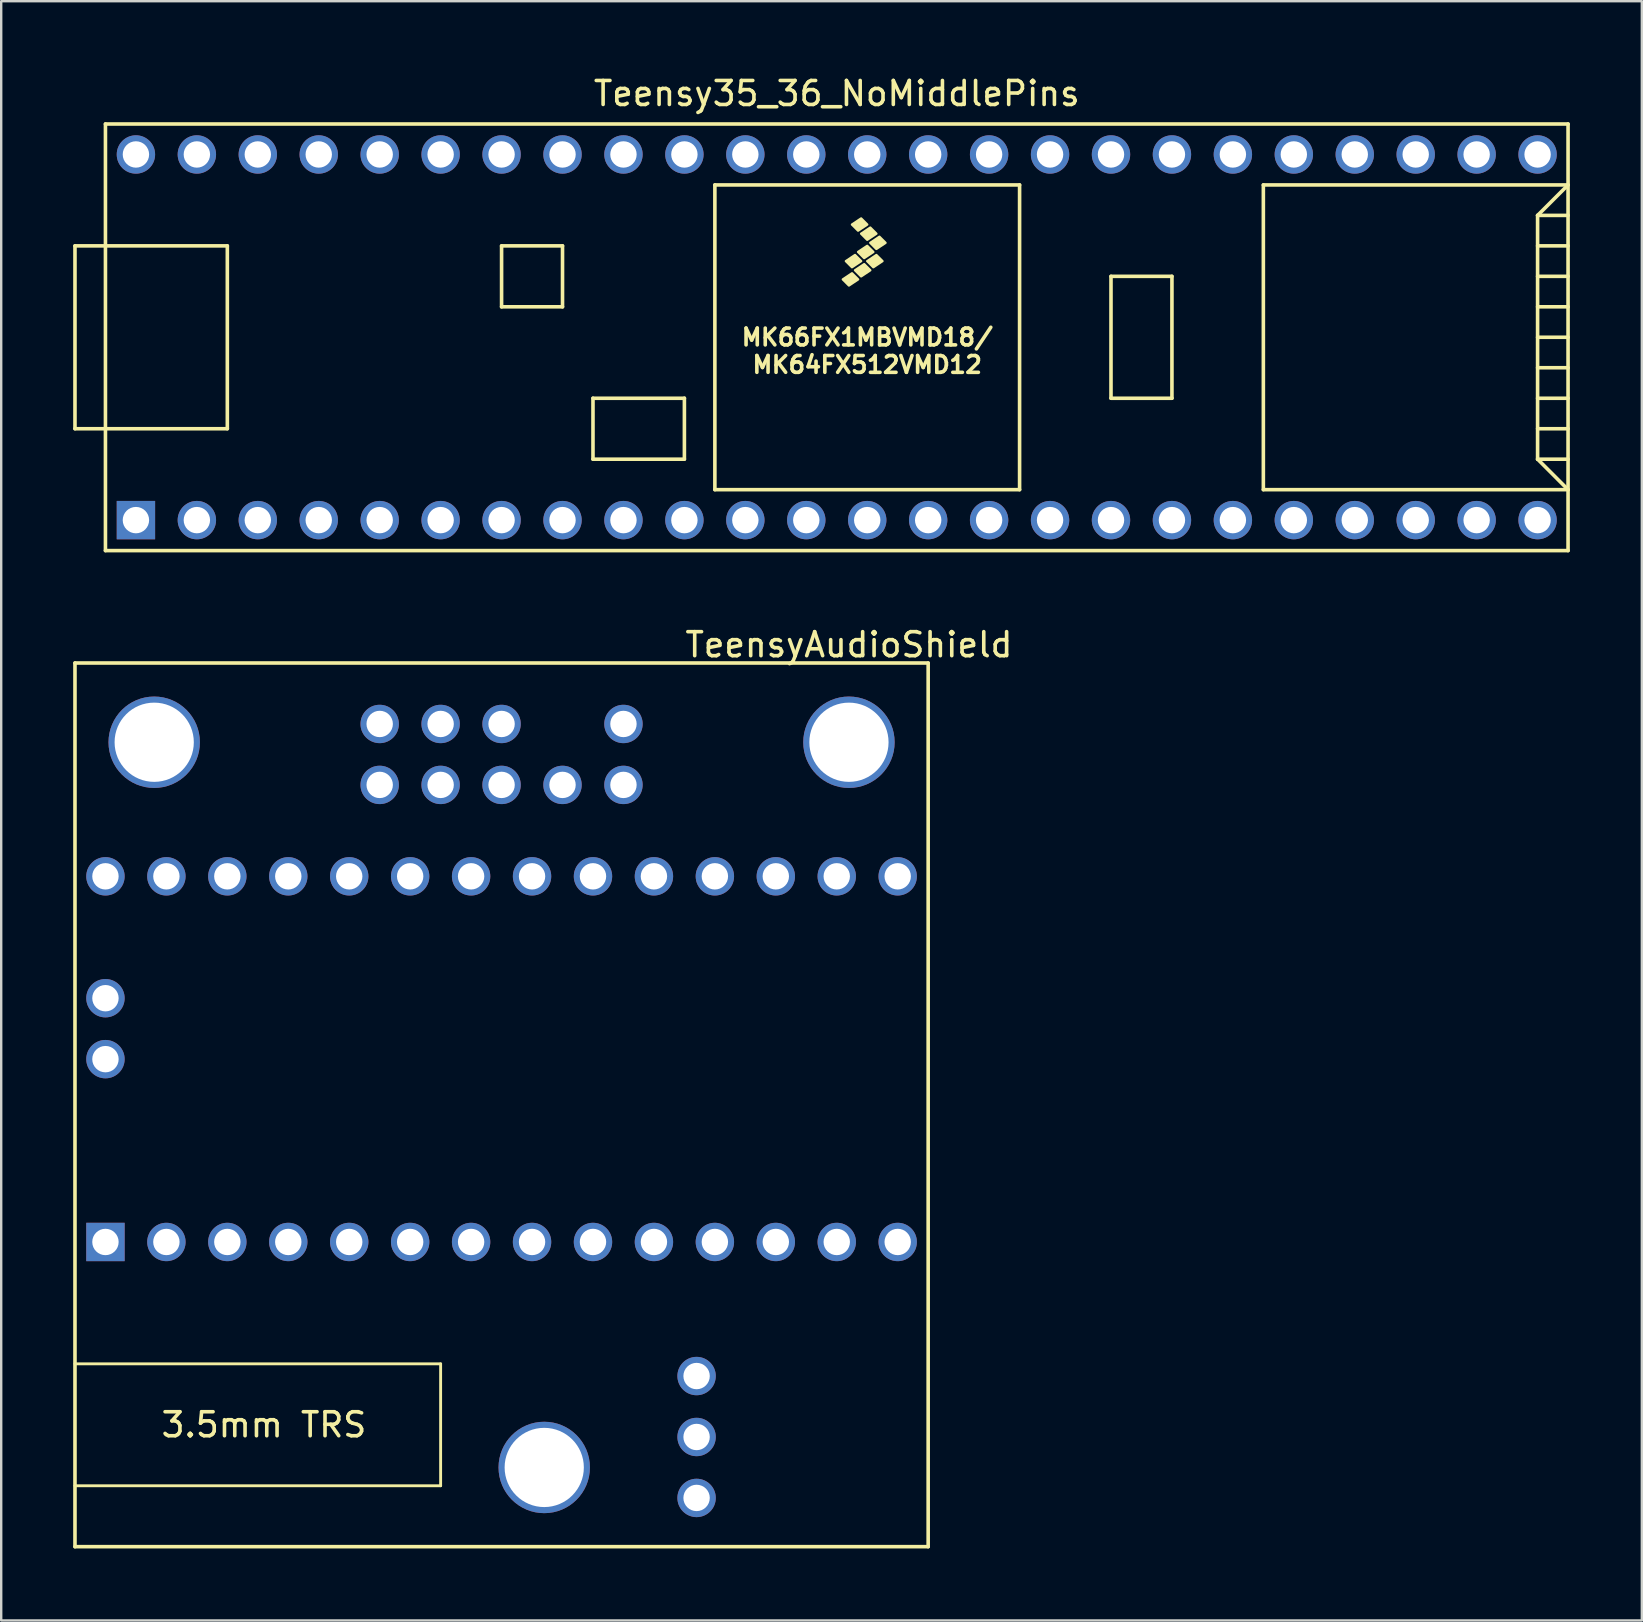
<source format=kicad_pcb>
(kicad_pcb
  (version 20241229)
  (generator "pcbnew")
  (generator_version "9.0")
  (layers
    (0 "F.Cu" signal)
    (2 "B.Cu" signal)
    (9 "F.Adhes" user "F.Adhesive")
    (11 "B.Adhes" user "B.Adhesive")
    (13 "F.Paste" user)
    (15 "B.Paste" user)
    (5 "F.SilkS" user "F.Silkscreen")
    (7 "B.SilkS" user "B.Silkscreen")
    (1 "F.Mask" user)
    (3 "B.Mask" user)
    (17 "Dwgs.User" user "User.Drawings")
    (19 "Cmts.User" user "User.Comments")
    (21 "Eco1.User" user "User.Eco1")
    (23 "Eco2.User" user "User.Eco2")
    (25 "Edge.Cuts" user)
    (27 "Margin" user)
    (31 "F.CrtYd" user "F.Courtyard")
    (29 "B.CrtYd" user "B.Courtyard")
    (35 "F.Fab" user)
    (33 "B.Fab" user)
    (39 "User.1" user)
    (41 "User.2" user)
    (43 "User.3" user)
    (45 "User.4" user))
  (footprint "Teensy35_36_NoMiddlePins"
    (layer "F.Cu")
    (at 31.825 11.008)
    (property "Reference" "Teensy35_36_NoMiddlePins" (at 0 -10.16 0) (layer "F.SilkS") (effects (font (size 1 1) (thickness 0.15))))
    (attr through_hole)
    (fp_line (start -31.75 -3.81) (end -30.48 -3.81) (stroke (width 0.15) (type solid)) (layer "F.SilkS"))
    (fp_line (start -31.75 3.81) (end -31.75 -3.81) (stroke (width 0.15) (type solid)) (layer "F.SilkS"))
    (fp_line (start -30.48 3.81) (end -31.75 3.81) (stroke (width 0.15) (type solid)) (layer "F.SilkS"))
    (fp_line (start -30.48 8.89) (end -30.48 -8.89) (stroke (width 0.15) (type solid)) (layer "F.SilkS"))
    (fp_line (start -30.48 8.89) (end 30.48 8.89) (stroke (width 0.15) (type solid)) (layer "F.SilkS"))
    (fp_line (start -25.4 -3.81) (end -30.48 -3.81) (stroke (width 0.15) (type solid)) (layer "F.SilkS"))
    (fp_line (start -25.4 3.81) (end -30.48 3.81) (stroke (width 0.15) (type solid)) (layer "F.SilkS"))
    (fp_line (start -25.4 3.81) (end -25.4 -3.81) (stroke (width 0.15) (type solid)) (layer "F.SilkS"))
    (fp_line (start -13.97 -3.81) (end -13.97 -1.27) (stroke (width 0.15) (type solid)) (layer "F.SilkS"))
    (fp_line (start -13.97 -1.27) (end -11.43 -1.27) (stroke (width 0.15) (type solid)) (layer "F.SilkS"))
    (fp_line (start -11.43 -3.81) (end -13.97 -3.81) (stroke (width 0.15) (type solid)) (layer "F.SilkS"))
    (fp_line (start -11.43 -1.27) (end -11.43 -3.81) (stroke (width 0.15) (type solid)) (layer "F.SilkS"))
    (fp_line (start -10.16 2.54) (end -6.35 2.54) (stroke (width 0.15) (type solid)) (layer "F.SilkS"))
    (fp_line (start -10.16 5.08) (end -10.16 2.54) (stroke (width 0.15) (type solid)) (layer "F.SilkS"))
    (fp_line (start -6.35 2.54) (end -6.35 5.08) (stroke (width 0.15) (type solid)) (layer "F.SilkS"))
    (fp_line (start -6.35 5.08) (end -10.16 5.08) (stroke (width 0.15) (type solid)) (layer "F.SilkS"))
    (fp_line (start -5.08 -6.35) (end -5.08 6.35) (stroke (width 0.15) (type solid)) (layer "F.SilkS"))
    (fp_line (start -5.08 -6.35) (end 7.62 -6.35) (stroke (width 0.15) (type solid)) (layer "F.SilkS"))
    (fp_line (start -5.08 6.35) (end 7.62 6.35) (stroke (width 0.15) (type solid)) (layer "F.SilkS"))
    (fp_line (start 7.62 6.35) (end 7.62 -6.35) (stroke (width 0.15) (type solid)) (layer "F.SilkS"))
    (fp_line (start 11.43 -2.54) (end 13.97 -2.54) (stroke (width 0.15) (type solid)) (layer "F.SilkS"))
    (fp_line (start 11.43 2.54) (end 11.43 -2.54) (stroke (width 0.15) (type solid)) (layer "F.SilkS"))
    (fp_line (start 13.97 -2.54) (end 13.97 2.54) (stroke (width 0.15) (type solid)) (layer "F.SilkS"))
    (fp_line (start 13.97 2.54) (end 11.43 2.54) (stroke (width 0.15) (type solid)) (layer "F.SilkS"))
    (fp_line (start 17.78 -6.35) (end 17.78 6.35) (stroke (width 0.15) (type solid)) (layer "F.SilkS"))
    (fp_line (start 17.78 6.35) (end 30.48 6.35) (stroke (width 0.15) (type solid)) (layer "F.SilkS"))
    (fp_line (start 29.21 -5.08) (end 30.48 -6.35) (stroke (width 0.15) (type solid)) (layer "F.SilkS"))
    (fp_line (start 29.21 -5.08) (end 30.48 -5.08) (stroke (width 0.15) (type solid)) (layer "F.SilkS"))
    (fp_line (start 29.21 -3.81) (end 30.48 -3.81) (stroke (width 0.15) (type solid)) (layer "F.SilkS"))
    (fp_line (start 29.21 -2.54) (end 30.48 -2.54) (stroke (width 0.15) (type solid)) (layer "F.SilkS"))
    (fp_line (start 29.21 -1.27) (end 30.48 -1.27) (stroke (width 0.15) (type solid)) (layer "F.SilkS"))
    (fp_line (start 29.21 0) (end 30.48 0) (stroke (width 0.15) (type solid)) (layer "F.SilkS"))
    (fp_line (start 29.21 1.27) (end 30.48 1.27) (stroke (width 0.15) (type solid)) (layer "F.SilkS"))
    (fp_line (start 29.21 2.54) (end 30.48 2.54) (stroke (width 0.15) (type solid)) (layer "F.SilkS"))
    (fp_line (start 29.21 3.81) (end 30.48 3.81) (stroke (width 0.15) (type solid)) (layer "F.SilkS"))
    (fp_line (start 29.21 5.08) (end 29.21 -5.08) (stroke (width 0.15) (type solid)) (layer "F.SilkS"))
    (fp_line (start 29.21 5.08) (end 30.48 5.08) (stroke (width 0.15) (type solid)) (layer "F.SilkS"))
    (fp_line (start 30.48 -8.89) (end -30.48 -8.89) (stroke (width 0.15) (type solid)) (layer "F.SilkS"))
    (fp_line (start 30.48 -8.89) (end 30.48 8.89) (stroke (width 0.15) (type solid)) (layer "F.SilkS"))
    (fp_line (start 30.48 -6.35) (end 17.78 -6.35) (stroke (width 0.15) (type solid)) (layer "F.SilkS"))
    (fp_line (start 30.48 6.35) (end 29.21 5.08) (stroke (width 0.15) (type solid)) (layer "F.SilkS"))
    (fp_poly (pts (xy 0.635 -2.667) (xy 0.889 -2.413) (xy 0.508 -2.159) (xy 0.254 -2.413)) (stroke (width 0.1) (type solid)) (fill yes) (layer "F.SilkS"))
    (fp_poly (pts (xy 0.762 -3.429) (xy 1.016 -3.175) (xy 0.635 -2.921) (xy 0.381 -3.175)) (stroke (width 0.1) (type solid)) (fill yes) (layer "F.SilkS"))
    (fp_poly (pts (xy 1.016 -4.953) (xy 1.27 -4.699) (xy 0.889 -4.445) (xy 0.635 -4.699)) (stroke (width 0.1) (type solid)) (fill yes) (layer "F.SilkS"))
    (fp_poly (pts (xy 1.143 -3.048) (xy 1.397 -2.794) (xy 1.016 -2.54) (xy 0.762 -2.794)) (stroke (width 0.1) (type solid)) (fill yes) (layer "F.SilkS"))
    (fp_poly (pts (xy 1.27 -3.81) (xy 1.524 -3.556) (xy 1.143 -3.302) (xy 0.889 -3.556)) (stroke (width 0.1) (type solid)) (fill yes) (layer "F.SilkS"))
    (fp_poly (pts (xy 1.397 -4.572) (xy 1.651 -4.318) (xy 1.27 -4.064) (xy 1.016 -4.318)) (stroke (width 0.1) (type solid)) (fill yes) (layer "F.SilkS"))
    (fp_poly (pts (xy 1.651 -3.429) (xy 1.905 -3.175) (xy 1.524 -2.921) (xy 1.27 -3.175)) (stroke (width 0.1) (type solid)) (fill yes) (layer "F.SilkS"))
    (fp_poly (pts (xy 1.778 -4.191) (xy 2.032 -3.937) (xy 1.651 -3.683) (xy 1.397 -3.937)) (stroke (width 0.1) (type solid)) (fill yes) (layer "F.SilkS"))
    (fp_text user "MK66FX1MBVMD18/" (at 1.27 0 0) (layer "F.SilkS") (effects (font (size 0.7 0.7) (thickness 0.15))))
    (fp_text user "MK64FX512VMD12" (at 1.27 1.143 0) (layer "F.SilkS") (effects (font (size 0.7 0.7) (thickness 0.15))))
    (pad "1" thru_hole rect (at -29.21 7.62) (size 1.6 1.6) (drill 1.1) (layers "*.Cu" "*.Mask"))
    (pad "2" thru_hole circle (at -26.67 7.62) (size 1.6 1.6) (drill 1.1) (layers "*.Cu" "*.Mask"))
    (pad "3" thru_hole circle (at -24.13 7.62) (size 1.6 1.6) (drill 1.1) (layers "*.Cu" "*.Mask"))
    (pad "4" thru_hole circle (at -21.59 7.62) (size 1.6 1.6) (drill 1.1) (layers "*.Cu" "*.Mask"))
    (pad "5" thru_hole circle (at -19.05 7.62) (size 1.6 1.6) (drill 1.1) (layers "*.Cu" "*.Mask"))
    (pad "6" thru_hole circle (at -16.51 7.62) (size 1.6 1.6) (drill 1.1) (layers "*.Cu" "*.Mask"))
    (pad "7" thru_hole circle (at -13.97 7.62) (size 1.6 1.6) (drill 1.1) (layers "*.Cu" "*.Mask"))
    (pad "8" thru_hole circle (at -11.43 7.62) (size 1.6 1.6) (drill 1.1) (layers "*.Cu" "*.Mask"))
    (pad "9" thru_hole circle (at -8.89 7.62) (size 1.6 1.6) (drill 1.1) (layers "*.Cu" "*.Mask"))
    (pad "10" thru_hole circle (at -6.35 7.62) (size 1.6 1.6) (drill 1.1) (layers "*.Cu" "*.Mask"))
    (pad "11" thru_hole circle (at -3.81 7.62) (size 1.6 1.6) (drill 1.1) (layers "*.Cu" "*.Mask"))
    (pad "12" thru_hole circle (at -1.27 7.62) (size 1.6 1.6) (drill 1.1) (layers "*.Cu" "*.Mask"))
    (pad "13" thru_hole circle (at 1.27 7.62) (size 1.6 1.6) (drill 1.1) (layers "*.Cu" "*.Mask"))
    (pad "14" thru_hole circle (at 3.81 7.62) (size 1.6 1.6) (drill 1.1) (layers "*.Cu" "*.Mask"))
    (pad "15" thru_hole circle (at 6.35 7.62) (size 1.6 1.6) (drill 1.1) (layers "*.Cu" "*.Mask"))
    (pad "16" thru_hole circle (at 8.89 7.62) (size 1.6 1.6) (drill 1.1) (layers "*.Cu" "*.Mask"))
    (pad "17" thru_hole circle (at 11.43 7.62) (size 1.6 1.6) (drill 1.1) (layers "*.Cu" "*.Mask"))
    (pad "18" thru_hole circle (at 13.97 7.62) (size 1.6 1.6) (drill 1.1) (layers "*.Cu" "*.Mask"))
    (pad "19" thru_hole circle (at 16.51 7.62) (size 1.6 1.6) (drill 1.1) (layers "*.Cu" "*.Mask"))
    (pad "20" thru_hole circle (at 19.05 7.62) (size 1.6 1.6) (drill 1.1) (layers "*.Cu" "*.Mask"))
    (pad "21" thru_hole circle (at 21.59 7.62) (size 1.6 1.6) (drill 1.1) (layers "*.Cu" "*.Mask"))
    (pad "22" thru_hole circle (at 24.13 7.62) (size 1.6 1.6) (drill 1.1) (layers "*.Cu" "*.Mask"))
    (pad "23" thru_hole circle (at 26.67 7.62) (size 1.6 1.6) (drill 1.1) (layers "*.Cu" "*.Mask"))
    (pad "24" thru_hole circle (at 29.21 7.62) (size 1.6 1.6) (drill 1.1) (layers "*.Cu" "*.Mask"))
    (pad "30" thru_hole circle (at 29.21 -7.62) (size 1.6 1.6) (drill 1.1) (layers "*.Cu" "*.Mask"))
    (pad "31" thru_hole circle (at 26.67 -7.62) (size 1.6 1.6) (drill 1.1) (layers "*.Cu" "*.Mask"))
    (pad "32" thru_hole circle (at 24.13 -7.62) (size 1.6 1.6) (drill 1.1) (layers "*.Cu" "*.Mask"))
    (pad "33" thru_hole circle (at 21.59 -7.62) (size 1.6 1.6) (drill 1.1) (layers "*.Cu" "*.Mask"))
    (pad "34" thru_hole circle (at 19.05 -7.62) (size 1.6 1.6) (drill 1.1) (layers "*.Cu" "*.Mask"))
    (pad "35" thru_hole circle (at 16.51 -7.62) (size 1.6 1.6) (drill 1.1) (layers "*.Cu" "*.Mask"))
    (pad "36" thru_hole circle (at 13.97 -7.62) (size 1.6 1.6) (drill 1.1) (layers "*.Cu" "*.Mask"))
    (pad "37" thru_hole circle (at 11.43 -7.62) (size 1.6 1.6) (drill 1.1) (layers "*.Cu" "*.Mask"))
    (pad "38" thru_hole circle (at 8.89 -7.62) (size 1.6 1.6) (drill 1.1) (layers "*.Cu" "*.Mask"))
    (pad "39" thru_hole circle (at 6.35 -7.62) (size 1.6 1.6) (drill 1.1) (layers "*.Cu" "*.Mask"))
    (pad "40" thru_hole circle (at 3.81 -7.62) (size 1.6 1.6) (drill 1.1) (layers "*.Cu" "*.Mask"))
    (pad "41" thru_hole circle (at 1.27 -7.62) (size 1.6 1.6) (drill 1.1) (layers "*.Cu" "*.Mask"))
    (pad "42" thru_hole circle (at -1.27 -7.62) (size 1.6 1.6) (drill 1.1) (layers "*.Cu" "*.Mask"))
    (pad "43" thru_hole circle (at -3.81 -7.62) (size 1.6 1.6) (drill 1.1) (layers "*.Cu" "*.Mask"))
    (pad "44" thru_hole circle (at -6.35 -7.62) (size 1.6 1.6) (drill 1.1) (layers "*.Cu" "*.Mask"))
    (pad "45" thru_hole circle (at -8.89 -7.62) (size 1.6 1.6) (drill 1.1) (layers "*.Cu" "*.Mask"))
    (pad "46" thru_hole circle (at -11.43 -7.62) (size 1.6 1.6) (drill 1.1) (layers "*.Cu" "*.Mask"))
    (pad "47" thru_hole circle (at -13.97 -7.62) (size 1.6 1.6) (drill 1.1) (layers "*.Cu" "*.Mask"))
    (pad "48" thru_hole circle (at -16.51 -7.62) (size 1.6 1.6) (drill 1.1) (layers "*.Cu" "*.Mask"))
    (pad "49" thru_hole circle (at -19.05 -7.62) (size 1.6 1.6) (drill 1.1) (layers "*.Cu" "*.Mask"))
    (pad "50" thru_hole circle (at -21.59 -7.62) (size 1.6 1.6) (drill 1.1) (layers "*.Cu" "*.Mask"))
    (pad "51" thru_hole circle (at -24.13 -7.62) (size 1.6 1.6) (drill 1.1) (layers "*.Cu" "*.Mask"))
    (pad "52" thru_hole circle (at -26.67 -7.62) (size 1.6 1.6) (drill 1.1) (layers "*.Cu" "*.Mask"))
    (pad "53" thru_hole circle (at -29.21 -7.62) (size 1.6 1.6) (drill 1.1) (layers "*.Cu" "*.Mask")))
  (footprint "TeensyAudioShield"
    (layer "F.Cu")
    (at 1.345 48.714)
    (property "Reference" "TeensyAudioShield" (at 30.988 -24.892 0) (layer "F.SilkS") (effects (font (size 1 1) (thickness 0.15))))
    (attr through_hole)
    (fp_line (start -1.27 -24.13) (end -1.27 12.7) (stroke (width 0.15) (type solid)) (layer "F.SilkS"))
    (fp_line (start -1.27 -24.13) (end 34.29 -24.13) (stroke (width 0.15) (type solid)) (layer "F.SilkS"))
    (fp_line (start 13.97 5.08) (end -1.27 5.08) (stroke (width 0.12) (type solid)) (layer "F.SilkS"))
    (fp_line (start 13.97 10.16) (end -1.27 10.16) (stroke (width 0.12) (type solid)) (layer "F.SilkS"))
    (fp_line (start 13.97 10.16) (end 13.97 5.08) (stroke (width 0.12) (type solid)) (layer "F.SilkS"))
    (fp_line (start 34.29 -24.13) (end 34.29 12.7) (stroke (width 0.15) (type solid)) (layer "F.SilkS"))
    (fp_line (start 34.29 12.7) (end -1.27 12.7) (stroke (width 0.15) (type solid)) (layer "F.SilkS"))
    (fp_circle (center 2.032 -20.828) (end 3.556 -20.828) (stroke (width 0.12) (type solid)) (fill no) (layer "F.SilkS"))
    (fp_text user "3.5mm TRS" (at 6.604 7.62 0) (layer "F.SilkS") (effects (font (size 1 1) (thickness 0.15))))
    (pad "" np_thru_hole circle (at 2.032 -20.828 180) (size 3.81 3.81) (drill 3.302) (layers "*.Cu" "*.Mask"))
    (pad "" np_thru_hole circle (at 18.288 9.398 180) (size 3.81 3.81) (drill 3.302) (layers "*.Cu" "*.Mask"))
    (pad "" np_thru_hole circle (at 30.988 -20.828 180) (size 3.81 3.81) (drill 3.302) (layers "*.Cu" "*.Mask"))
    (pad "1" thru_hole rect (at 0 0) (size 1.6 1.6) (drill 1.1) (layers "*.Cu" "*.Mask"))
    (pad "2" thru_hole circle (at 2.54 0) (size 1.6 1.6) (drill 1.1) (layers "*.Cu" "*.Mask"))
    (pad "3" thru_hole circle (at 5.08 0) (size 1.6 1.6) (drill 1.1) (layers "*.Cu" "*.Mask"))
    (pad "4" thru_hole circle (at 7.62 0) (size 1.6 1.6) (drill 1.1) (layers "*.Cu" "*.Mask"))
    (pad "5" thru_hole circle (at 10.16 0) (size 1.6 1.6) (drill 1.1) (layers "*.Cu" "*.Mask"))
    (pad "6" thru_hole circle (at 12.7 0) (size 1.6 1.6) (drill 1.1) (layers "*.Cu" "*.Mask"))
    (pad "7" thru_hole circle (at 15.24 0) (size 1.6 1.6) (drill 1.1) (layers "*.Cu" "*.Mask"))
    (pad "8" thru_hole circle (at 17.78 0) (size 1.6 1.6) (drill 1.1) (layers "*.Cu" "*.Mask"))
    (pad "9" thru_hole circle (at 20.32 0) (size 1.6 1.6) (drill 1.1) (layers "*.Cu" "*.Mask"))
    (pad "10" thru_hole circle (at 22.86 0) (size 1.6 1.6) (drill 1.1) (layers "*.Cu" "*.Mask"))
    (pad "11" thru_hole circle (at 25.4 0) (size 1.6 1.6) (drill 1.1) (layers "*.Cu" "*.Mask"))
    (pad "12" thru_hole circle (at 27.94 0) (size 1.6 1.6) (drill 1.1) (layers "*.Cu" "*.Mask"))
    (pad "13" thru_hole circle (at 30.48 0) (size 1.6 1.6) (drill 1.1) (layers "*.Cu" "*.Mask"))
    (pad "14" thru_hole circle (at 33.02 0) (size 1.6 1.6) (drill 1.1) (layers "*.Cu" "*.Mask"))
    (pad "15" thru_hole circle (at 0 -15.24) (size 1.6 1.6) (drill 1.1) (layers "*.Cu" "*.Mask"))
    (pad "16" thru_hole circle (at 2.54 -15.24) (size 1.6 1.6) (drill 1.1) (layers "*.Cu" "*.Mask"))
    (pad "17" thru_hole circle (at 5.08 -15.24) (size 1.6 1.6) (drill 1.1) (layers "*.Cu" "*.Mask"))
    (pad "18" thru_hole circle (at 7.62 -15.24) (size 1.6 1.6) (drill 1.1) (layers "*.Cu" "*.Mask"))
    (pad "19" thru_hole circle (at 10.16 -15.24) (size 1.6 1.6) (drill 1.1) (layers "*.Cu" "*.Mask"))
    (pad "20" thru_hole circle (at 12.7 -15.24) (size 1.6 1.6) (drill 1.1) (layers "*.Cu" "*.Mask"))
    (pad "21" thru_hole circle (at 15.24 -15.24) (size 1.6 1.6) (drill 1.1) (layers "*.Cu" "*.Mask"))
    (pad "22" thru_hole circle (at 17.78 -15.24) (size 1.6 1.6) (drill 1.1) (layers "*.Cu" "*.Mask"))
    (pad "23" thru_hole circle (at 20.32 -15.24) (size 1.6 1.6) (drill 1.1) (layers "*.Cu" "*.Mask"))
    (pad "24" thru_hole circle (at 22.86 -15.24) (size 1.6 1.6) (drill 1.1) (layers "*.Cu" "*.Mask"))
    (pad "25" thru_hole circle (at 25.4 -15.24) (size 1.6 1.6) (drill 1.1) (layers "*.Cu" "*.Mask"))
    (pad "26" thru_hole circle (at 27.94 -15.24) (size 1.6 1.6) (drill 1.1) (layers "*.Cu" "*.Mask"))
    (pad "27" thru_hole circle (at 30.48 -15.24) (size 1.6 1.6) (drill 1.1) (layers "*.Cu" "*.Mask"))
    (pad "28" thru_hole circle (at 33.02 -15.24) (size 1.6 1.6) (drill 1.1) (layers "*.Cu" "*.Mask"))
    (pad "29" thru_hole circle (at 0 -10.16) (size 1.6 1.6) (drill 1.1) (layers "*.Cu" "*.Mask"))
    (pad "30" thru_hole circle (at 0 -7.62) (size 1.6 1.6) (drill 1.1) (layers "*.Cu" "*.Mask"))
    (pad "31" thru_hole circle (at 24.638 5.588) (size 1.6 1.6) (drill 1.1) (layers "*.Cu" "*.Mask"))
    (pad "32" thru_hole circle (at 24.638 8.128) (size 1.6 1.6) (drill 1.1) (layers "*.Cu" "*.Mask"))
    (pad "33" thru_hole circle (at 24.638 10.668) (size 1.6 1.6) (drill 1.1) (layers "*.Cu" "*.Mask"))
    (pad "34" thru_hole circle (at 11.43 -21.59) (size 1.6 1.6) (drill 1.1) (layers "*.Cu" "*.Mask"))
    (pad "35" thru_hole circle (at 13.97 -21.59) (size 1.6 1.6) (drill 1.1) (layers "*.Cu" "*.Mask"))
    (pad "36" thru_hole circle (at 16.51 -21.59) (size 1.6 1.6) (drill 1.1) (layers "*.Cu" "*.Mask"))
    (pad "37" thru_hole circle (at 21.59 -21.59) (size 1.6 1.6) (drill 1.1) (layers "*.Cu" "*.Mask"))
    (pad "38" thru_hole circle (at 11.43 -19.05) (size 1.6 1.6) (drill 1.1) (layers "*.Cu" "*.Mask"))
    (pad "39" thru_hole circle (at 13.97 -19.05) (size 1.6 1.6) (drill 1.1) (layers "*.Cu" "*.Mask"))
    (pad "40" thru_hole circle (at 16.51 -19.05) (size 1.6 1.6) (drill 1.1) (layers "*.Cu" "*.Mask"))
    (pad "41" thru_hole circle (at 19.05 -19.05) (size 1.6 1.6) (drill 1.1) (layers "*.Cu" "*.Mask"))
    (pad "42" thru_hole circle (at 21.59 -19.05) (size 1.6 1.6) (drill 1.1) (layers "*.Cu" "*.Mask")))
  (gr_rect
    (start -3 -3)
    (end 65.38 64.489)
    (stroke (width 0.1) (type default))
    (fill no)
    (layer "Edge.Cuts")))
</source>
